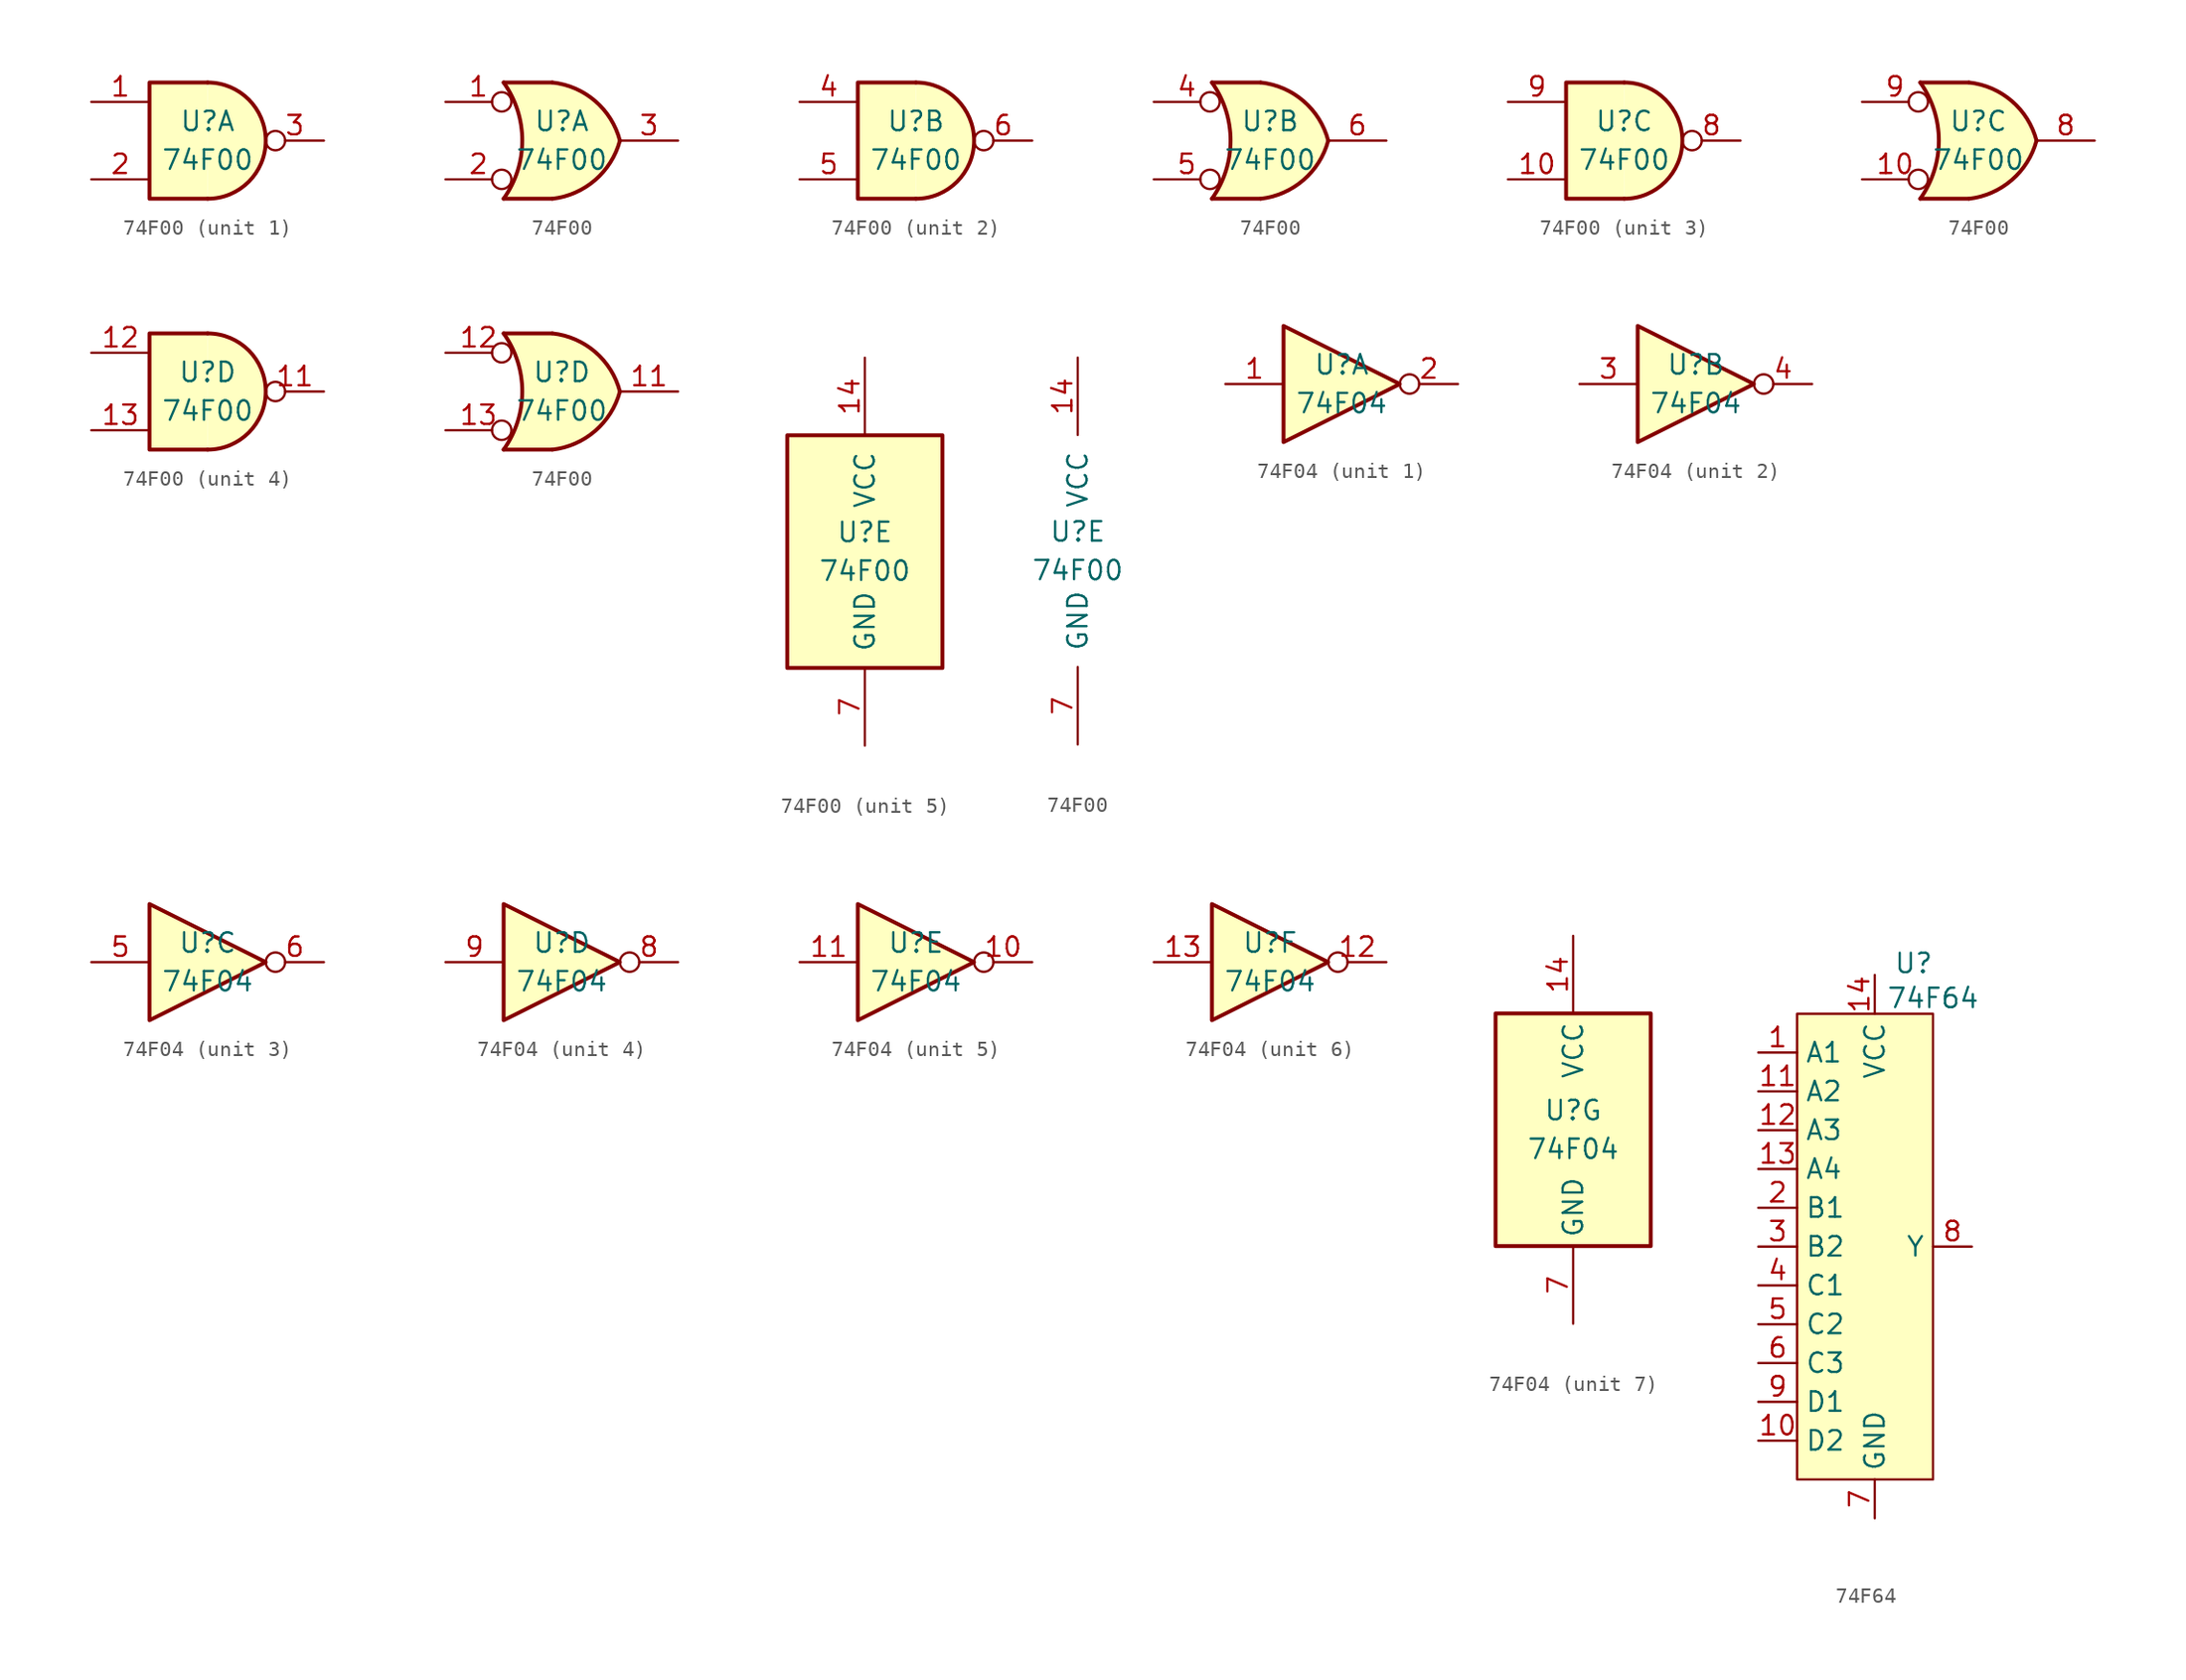
<source format=kicad_sym>
(kicad_symbol_lib
  (version 20231120)
  (generator "kicad_symbol_editor")
  (generator_version "8.0")
  (symbol "74F00"
    (pin_names
      (offset 1.016))
    (property "Reference" "U"
      (at 0 1.27 0)
      (effects (font (size 1.27 1.27))))
    (property "Value" "74F00"
      (at 0 -1.27 0)
      (effects (font (size 1.27 1.27))))
    (property "ki_locked" ""
      (at 0 0 0)
      (effects (font (size 1.27 1.27))))
    (symbol "74F00_1_1"
      (arc (start 0 -3.81) (mid 3.7934 0) (end 0 3.81) (stroke (width 0.254) (type solid)) (fill (type background)))
      (polyline (pts (xy 0 3.81) (xy -3.81 3.81) (xy -3.81 -3.81) (xy 0 -3.81)) (stroke (width 0.254) (type solid)) (fill (type background)))
      (pin input line (at -7.62 2.54 0) (length 3.81) (name "~" (effects (font (size 1.27 1.27)))) (number "1" (effects (font (size 1.27 1.27)))))
      (pin input line (at -7.62 -2.54 0) (length 3.81) (name "~" (effects (font (size 1.27 1.27)))) (number "2" (effects (font (size 1.27 1.27)))))
      (pin output inverted (at 7.62 0 180) (length 3.81) (name "~" (effects (font (size 1.27 1.27)))) (number "3" (effects (font (size 1.27 1.27))))))
    (symbol "74F00_1_2"
      (arc (start -3.81 -3.81) (mid -2.589 0) (end -3.81 3.81) (stroke (width 0.254) (type solid)) (fill (type none)))
      (arc (start -0.6096 -3.81) (mid 2.1842 -2.5851) (end 3.81 0) (stroke (width 0.254) (type solid)) (fill (type background)))
      (polyline (pts (xy -3.81 -3.81) (xy -0.635 -3.81)) (stroke (width 0.254) (type solid)) (fill (type background)))
      (polyline (pts (xy -3.81 3.81) (xy -0.635 3.81)) (stroke (width 0.254) (type solid)) (fill (type background)))
      (polyline (pts (xy -0.635 3.81) (xy -3.81 3.81) (xy -3.81 3.81) (xy -3.556 3.404) (xy -3.023 2.261) (xy -2.692 1.041) (xy -2.616 -0.254) (xy -2.769 -1.499) (xy -3.175 -2.718) (xy -3.81 -3.81) (xy -3.81 -3.81) (xy -0.635 -3.81)) (stroke (width -25.4) (type solid)) (fill (type background)))
      (arc (start 3.81 0) (mid 2.1915 2.5936) (end -0.6096 3.81) (stroke (width 0.254) (type solid)) (fill (type background)))
      (pin input inverted (at -7.62 2.54 0) (length 4.318) (name "~" (effects (font (size 1.27 1.27)))) (number "1" (effects (font (size 1.27 1.27)))))
      (pin input inverted (at -7.62 -2.54 0) (length 4.318) (name "~" (effects (font (size 1.27 1.27)))) (number "2" (effects (font (size 1.27 1.27)))))
      (pin output line (at 7.62 0 180) (length 3.81) (name "~" (effects (font (size 1.27 1.27)))) (number "3" (effects (font (size 1.27 1.27))))))
    (symbol "74F00_2_1"
      (arc (start 0 -3.81) (mid 3.7934 0) (end 0 3.81) (stroke (width 0.254) (type solid)) (fill (type background)))
      (polyline (pts (xy 0 3.81) (xy -3.81 3.81) (xy -3.81 -3.81) (xy 0 -3.81)) (stroke (width 0.254) (type solid)) (fill (type background)))
      (pin input line (at -7.62 2.54 0) (length 3.81) (name "~" (effects (font (size 1.27 1.27)))) (number "4" (effects (font (size 1.27 1.27)))))
      (pin input line (at -7.62 -2.54 0) (length 3.81) (name "~" (effects (font (size 1.27 1.27)))) (number "5" (effects (font (size 1.27 1.27)))))
      (pin output inverted (at 7.62 0 180) (length 3.81) (name "~" (effects (font (size 1.27 1.27)))) (number "6" (effects (font (size 1.27 1.27))))))
    (symbol "74F00_2_2"
      (arc (start -3.81 -3.81) (mid -2.589 0) (end -3.81 3.81) (stroke (width 0.254) (type solid)) (fill (type none)))
      (arc (start -0.6096 -3.81) (mid 2.1842 -2.5851) (end 3.81 0) (stroke (width 0.254) (type solid)) (fill (type background)))
      (polyline (pts (xy -3.81 -3.81) (xy -0.635 -3.81)) (stroke (width 0.254) (type solid)) (fill (type background)))
      (polyline (pts (xy -3.81 3.81) (xy -0.635 3.81)) (stroke (width 0.254) (type solid)) (fill (type background)))
      (polyline (pts (xy -0.635 3.81) (xy -3.81 3.81) (xy -3.81 3.81) (xy -3.556 3.404) (xy -3.023 2.261) (xy -2.692 1.041) (xy -2.616 -0.254) (xy -2.769 -1.499) (xy -3.175 -2.718) (xy -3.81 -3.81) (xy -3.81 -3.81) (xy -0.635 -3.81)) (stroke (width -25.4) (type solid)) (fill (type background)))
      (arc (start 3.81 0) (mid 2.1915 2.5936) (end -0.6096 3.81) (stroke (width 0.254) (type solid)) (fill (type background)))
      (pin input inverted (at -7.62 2.54 0) (length 4.318) (name "~" (effects (font (size 1.27 1.27)))) (number "4" (effects (font (size 1.27 1.27)))))
      (pin input inverted (at -7.62 -2.54 0) (length 4.318) (name "~" (effects (font (size 1.27 1.27)))) (number "5" (effects (font (size 1.27 1.27)))))
      (pin output line (at 7.62 0 180) (length 3.81) (name "~" (effects (font (size 1.27 1.27)))) (number "6" (effects (font (size 1.27 1.27))))))
    (symbol "74F00_3_1"
      (arc (start 0 -3.81) (mid 3.7934 0) (end 0 3.81) (stroke (width 0.254) (type solid)) (fill (type background)))
      (polyline (pts (xy 0 3.81) (xy -3.81 3.81) (xy -3.81 -3.81) (xy 0 -3.81)) (stroke (width 0.254) (type solid)) (fill (type background)))
      (pin input line (at -7.62 -2.54 0) (length 3.81) (name "~" (effects (font (size 1.27 1.27)))) (number "10" (effects (font (size 1.27 1.27)))))
      (pin output inverted (at 7.62 0 180) (length 3.81) (name "~" (effects (font (size 1.27 1.27)))) (number "8" (effects (font (size 1.27 1.27)))))
      (pin input line (at -7.62 2.54 0) (length 3.81) (name "~" (effects (font (size 1.27 1.27)))) (number "9" (effects (font (size 1.27 1.27))))))
    (symbol "74F00_3_2"
      (arc (start -3.81 -3.81) (mid -2.589 0) (end -3.81 3.81) (stroke (width 0.254) (type solid)) (fill (type none)))
      (arc (start -0.6096 -3.81) (mid 2.1842 -2.5851) (end 3.81 0) (stroke (width 0.254) (type solid)) (fill (type background)))
      (polyline (pts (xy -3.81 -3.81) (xy -0.635 -3.81)) (stroke (width 0.254) (type solid)) (fill (type background)))
      (polyline (pts (xy -3.81 3.81) (xy -0.635 3.81)) (stroke (width 0.254) (type solid)) (fill (type background)))
      (polyline (pts (xy -0.635 3.81) (xy -3.81 3.81) (xy -3.81 3.81) (xy -3.556 3.404) (xy -3.023 2.261) (xy -2.692 1.041) (xy -2.616 -0.254) (xy -2.769 -1.499) (xy -3.175 -2.718) (xy -3.81 -3.81) (xy -3.81 -3.81) (xy -0.635 -3.81)) (stroke (width -25.4) (type solid)) (fill (type background)))
      (arc (start 3.81 0) (mid 2.1915 2.5936) (end -0.6096 3.81) (stroke (width 0.254) (type solid)) (fill (type background)))
      (pin input inverted (at -7.62 -2.54 0) (length 4.318) (name "~" (effects (font (size 1.27 1.27)))) (number "10" (effects (font (size 1.27 1.27)))))
      (pin output line (at 7.62 0 180) (length 3.81) (name "~" (effects (font (size 1.27 1.27)))) (number "8" (effects (font (size 1.27 1.27)))))
      (pin input inverted (at -7.62 2.54 0) (length 4.318) (name "~" (effects (font (size 1.27 1.27)))) (number "9" (effects (font (size 1.27 1.27))))))
    (symbol "74F00_4_1"
      (arc (start 0 -3.81) (mid 3.7934 0) (end 0 3.81) (stroke (width 0.254) (type solid)) (fill (type background)))
      (polyline (pts (xy 0 3.81) (xy -3.81 3.81) (xy -3.81 -3.81) (xy 0 -3.81)) (stroke (width 0.254) (type solid)) (fill (type background)))
      (pin output inverted (at 7.62 0 180) (length 3.81) (name "~" (effects (font (size 1.27 1.27)))) (number "11" (effects (font (size 1.27 1.27)))))
      (pin input line (at -7.62 2.54 0) (length 3.81) (name "~" (effects (font (size 1.27 1.27)))) (number "12" (effects (font (size 1.27 1.27)))))
      (pin input line (at -7.62 -2.54 0) (length 3.81) (name "~" (effects (font (size 1.27 1.27)))) (number "13" (effects (font (size 1.27 1.27))))))
    (symbol "74F00_4_2"
      (arc (start -3.81 -3.81) (mid -2.589 0) (end -3.81 3.81) (stroke (width 0.254) (type solid)) (fill (type none)))
      (arc (start -0.6096 -3.81) (mid 2.1842 -2.5851) (end 3.81 0) (stroke (width 0.254) (type solid)) (fill (type background)))
      (polyline (pts (xy -3.81 -3.81) (xy -0.635 -3.81)) (stroke (width 0.254) (type solid)) (fill (type background)))
      (polyline (pts (xy -3.81 3.81) (xy -0.635 3.81)) (stroke (width 0.254) (type solid)) (fill (type background)))
      (polyline (pts (xy -0.635 3.81) (xy -3.81 3.81) (xy -3.81 3.81) (xy -3.556 3.404) (xy -3.023 2.261) (xy -2.692 1.041) (xy -2.616 -0.254) (xy -2.769 -1.499) (xy -3.175 -2.718) (xy -3.81 -3.81) (xy -3.81 -3.81) (xy -0.635 -3.81)) (stroke (width -25.4) (type solid)) (fill (type background)))
      (arc (start 3.81 0) (mid 2.1915 2.5936) (end -0.6096 3.81) (stroke (width 0.254) (type solid)) (fill (type background)))
      (pin output line (at 7.62 0 180) (length 3.81) (name "~" (effects (font (size 1.27 1.27)))) (number "11" (effects (font (size 1.27 1.27)))))
      (pin input inverted (at -7.62 2.54 0) (length 4.318) (name "~" (effects (font (size 1.27 1.27)))) (number "12" (effects (font (size 1.27 1.27)))))
      (pin input inverted (at -7.62 -2.54 0) (length 4.318) (name "~" (effects (font (size 1.27 1.27)))) (number "13" (effects (font (size 1.27 1.27))))))
    (symbol "74F00_5_0"
      (pin power_in line (at 0 12.7 270) (length 5.08) (name "VCC" (effects (font (size 1.27 1.27)))) (number "14" (effects (font (size 1.27 1.27)))))
      (pin power_in line (at 0 -12.7 90) (length 5.08) (name "GND" (effects (font (size 1.27 1.27)))) (number "7" (effects (font (size 1.27 1.27))))))
    (symbol "74F00_5_1"
      (rectangle (start -5.08 7.62) (end 5.08 -7.62) (stroke (width 0.254) (type solid)) (fill (type background)))))
  (symbol "74F04"
    (property "Reference" "U"
      (at 0 1.27 0)
      (effects (font (size 1.27 1.27))))
    (property "Value" "74F04"
      (at 0 -1.27 0)
      (effects (font (size 1.27 1.27))))
    (property "ki_locked" ""
      (at 0 0 0)
      (effects (font (size 1.27 1.27))))
    (symbol "74F04_1_0"
      (polyline (pts (xy -3.81 3.81) (xy -3.81 -3.81) (xy 3.81 0) (xy -3.81 3.81)) (stroke (width 0.254) (type solid)) (fill (type background)))
      (pin input line (at -7.62 0 0) (length 3.81) (name "~" (effects (font (size 1.27 1.27)))) (number "1" (effects (font (size 1.27 1.27)))))
      (pin output inverted (at 7.62 0 180) (length 3.81) (name "~" (effects (font (size 1.27 1.27)))) (number "2" (effects (font (size 1.27 1.27))))))
    (symbol "74F04_2_0"
      (polyline (pts (xy -3.81 3.81) (xy -3.81 -3.81) (xy 3.81 0) (xy -3.81 3.81)) (stroke (width 0.254) (type solid)) (fill (type background)))
      (pin input line (at -7.62 0 0) (length 3.81) (name "~" (effects (font (size 1.27 1.27)))) (number "3" (effects (font (size 1.27 1.27)))))
      (pin output inverted (at 7.62 0 180) (length 3.81) (name "~" (effects (font (size 1.27 1.27)))) (number "4" (effects (font (size 1.27 1.27))))))
    (symbol "74F04_3_0"
      (polyline (pts (xy -3.81 3.81) (xy -3.81 -3.81) (xy 3.81 0) (xy -3.81 3.81)) (stroke (width 0.254) (type solid)) (fill (type background)))
      (pin input line (at -7.62 0 0) (length 3.81) (name "~" (effects (font (size 1.27 1.27)))) (number "5" (effects (font (size 1.27 1.27)))))
      (pin output inverted (at 7.62 0 180) (length 3.81) (name "~" (effects (font (size 1.27 1.27)))) (number "6" (effects (font (size 1.27 1.27))))))
    (symbol "74F04_4_0"
      (polyline (pts (xy -3.81 3.81) (xy -3.81 -3.81) (xy 3.81 0) (xy -3.81 3.81)) (stroke (width 0.254) (type solid)) (fill (type background)))
      (pin output inverted (at 7.62 0 180) (length 3.81) (name "~" (effects (font (size 1.27 1.27)))) (number "8" (effects (font (size 1.27 1.27)))))
      (pin input line (at -7.62 0 0) (length 3.81) (name "~" (effects (font (size 1.27 1.27)))) (number "9" (effects (font (size 1.27 1.27))))))
    (symbol "74F04_5_0"
      (polyline (pts (xy -3.81 3.81) (xy -3.81 -3.81) (xy 3.81 0) (xy -3.81 3.81)) (stroke (width 0.254) (type solid)) (fill (type background)))
      (pin output inverted (at 7.62 0 180) (length 3.81) (name "~" (effects (font (size 1.27 1.27)))) (number "10" (effects (font (size 1.27 1.27)))))
      (pin input line (at -7.62 0 0) (length 3.81) (name "~" (effects (font (size 1.27 1.27)))) (number "11" (effects (font (size 1.27 1.27))))))
    (symbol "74F04_6_0"
      (polyline (pts (xy -3.81 3.81) (xy -3.81 -3.81) (xy 3.81 0) (xy -3.81 3.81)) (stroke (width 0.254) (type solid)) (fill (type background)))
      (pin output inverted (at 7.62 0 180) (length 3.81) (name "~" (effects (font (size 1.27 1.27)))) (number "12" (effects (font (size 1.27 1.27)))))
      (pin input line (at -7.62 0 0) (length 3.81) (name "~" (effects (font (size 1.27 1.27)))) (number "13" (effects (font (size 1.27 1.27))))))
    (symbol "74F04_7_0"
      (pin power_in line (at 0 12.7 270) (length 5.08) (name "VCC" (effects (font (size 1.27 1.27)))) (number "14" (effects (font (size 1.27 1.27)))))
      (pin power_in line (at 0 -12.7 90) (length 5.08) (name "GND" (effects (font (size 1.27 1.27)))) (number "7" (effects (font (size 1.27 1.27))))))
    (symbol "74F04_7_1"
      (rectangle (start -5.08 7.62) (end 5.08 -7.62) (stroke (width 0.254) (type solid)) (fill (type background)))))
  (symbol "74F64"
    (property "Reference" "U"
      (at 3.81 2.032 0)
      (effects (font (size 1.27 1.27))))
    (property "Value" "74F64"
      (at 5.08 -0.254 0)
      (effects (font (size 1.27 1.27))))
    (symbol "74F64_1_1"
      (rectangle (start -3.81 -1.27) (end 5.08 -31.75) (stroke (width 0) (type default)) (fill (type background)))
      (pin input line (at -6.35 -3.81 0) (length 2.54) (name "A1" (effects (font (size 1.27 1.27)))) (number "1" (effects (font (size 1.27 1.27)))))
      (pin input line (at -6.35 -29.21 0) (length 2.54) (name "D2" (effects (font (size 1.27 1.27)))) (number "10" (effects (font (size 1.27 1.27)))))
      (pin input line (at -6.35 -6.35 0) (length 2.54) (name "A2" (effects (font (size 1.27 1.27)))) (number "11" (effects (font (size 1.27 1.27)))))
      (pin input line (at -6.35 -8.89 0) (length 2.54) (name "A3" (effects (font (size 1.27 1.27)))) (number "12" (effects (font (size 1.27 1.27)))))
      (pin input line (at -6.35 -11.43 0) (length 2.54) (name "A4" (effects (font (size 1.27 1.27)))) (number "13" (effects (font (size 1.27 1.27)))))
      (pin power_in line (at 1.27 1.27 270) (length 2.54) (name "VCC" (effects (font (size 1.27 1.27)))) (number "14" (effects (font (size 1.27 1.27)))))
      (pin input line (at -6.35 -13.97 0) (length 2.54) (name "B1" (effects (font (size 1.27 1.27)))) (number "2" (effects (font (size 1.27 1.27)))))
      (pin input line (at -6.35 -16.51 0) (length 2.54) (name "B2" (effects (font (size 1.27 1.27)))) (number "3" (effects (font (size 1.27 1.27)))))
      (pin input line (at -6.35 -19.05 0) (length 2.54) (name "C1" (effects (font (size 1.27 1.27)))) (number "4" (effects (font (size 1.27 1.27)))))
      (pin input line (at -6.35 -21.59 0) (length 2.54) (name "C2" (effects (font (size 1.27 1.27)))) (number "5" (effects (font (size 1.27 1.27)))))
      (pin input line (at -6.35 -24.13 0) (length 2.54) (name "C3" (effects (font (size 1.27 1.27)))) (number "6" (effects (font (size 1.27 1.27)))))
      (pin power_in line (at 1.27 -34.29 90) (length 2.54) (name "GND" (effects (font (size 1.27 1.27)))) (number "7" (effects (font (size 1.27 1.27)))))
      (pin output line (at 7.62 -16.51 180) (length 2.54) (name "Y" (effects (font (size 1.27 1.27)))) (number "8" (effects (font (size 1.27 1.27)))))
      (pin input line (at -6.35 -26.67 0) (length 2.54) (name "D1" (effects (font (size 1.27 1.27)))) (number "9" (effects (font (size 1.27 1.27))))))))
</source>
